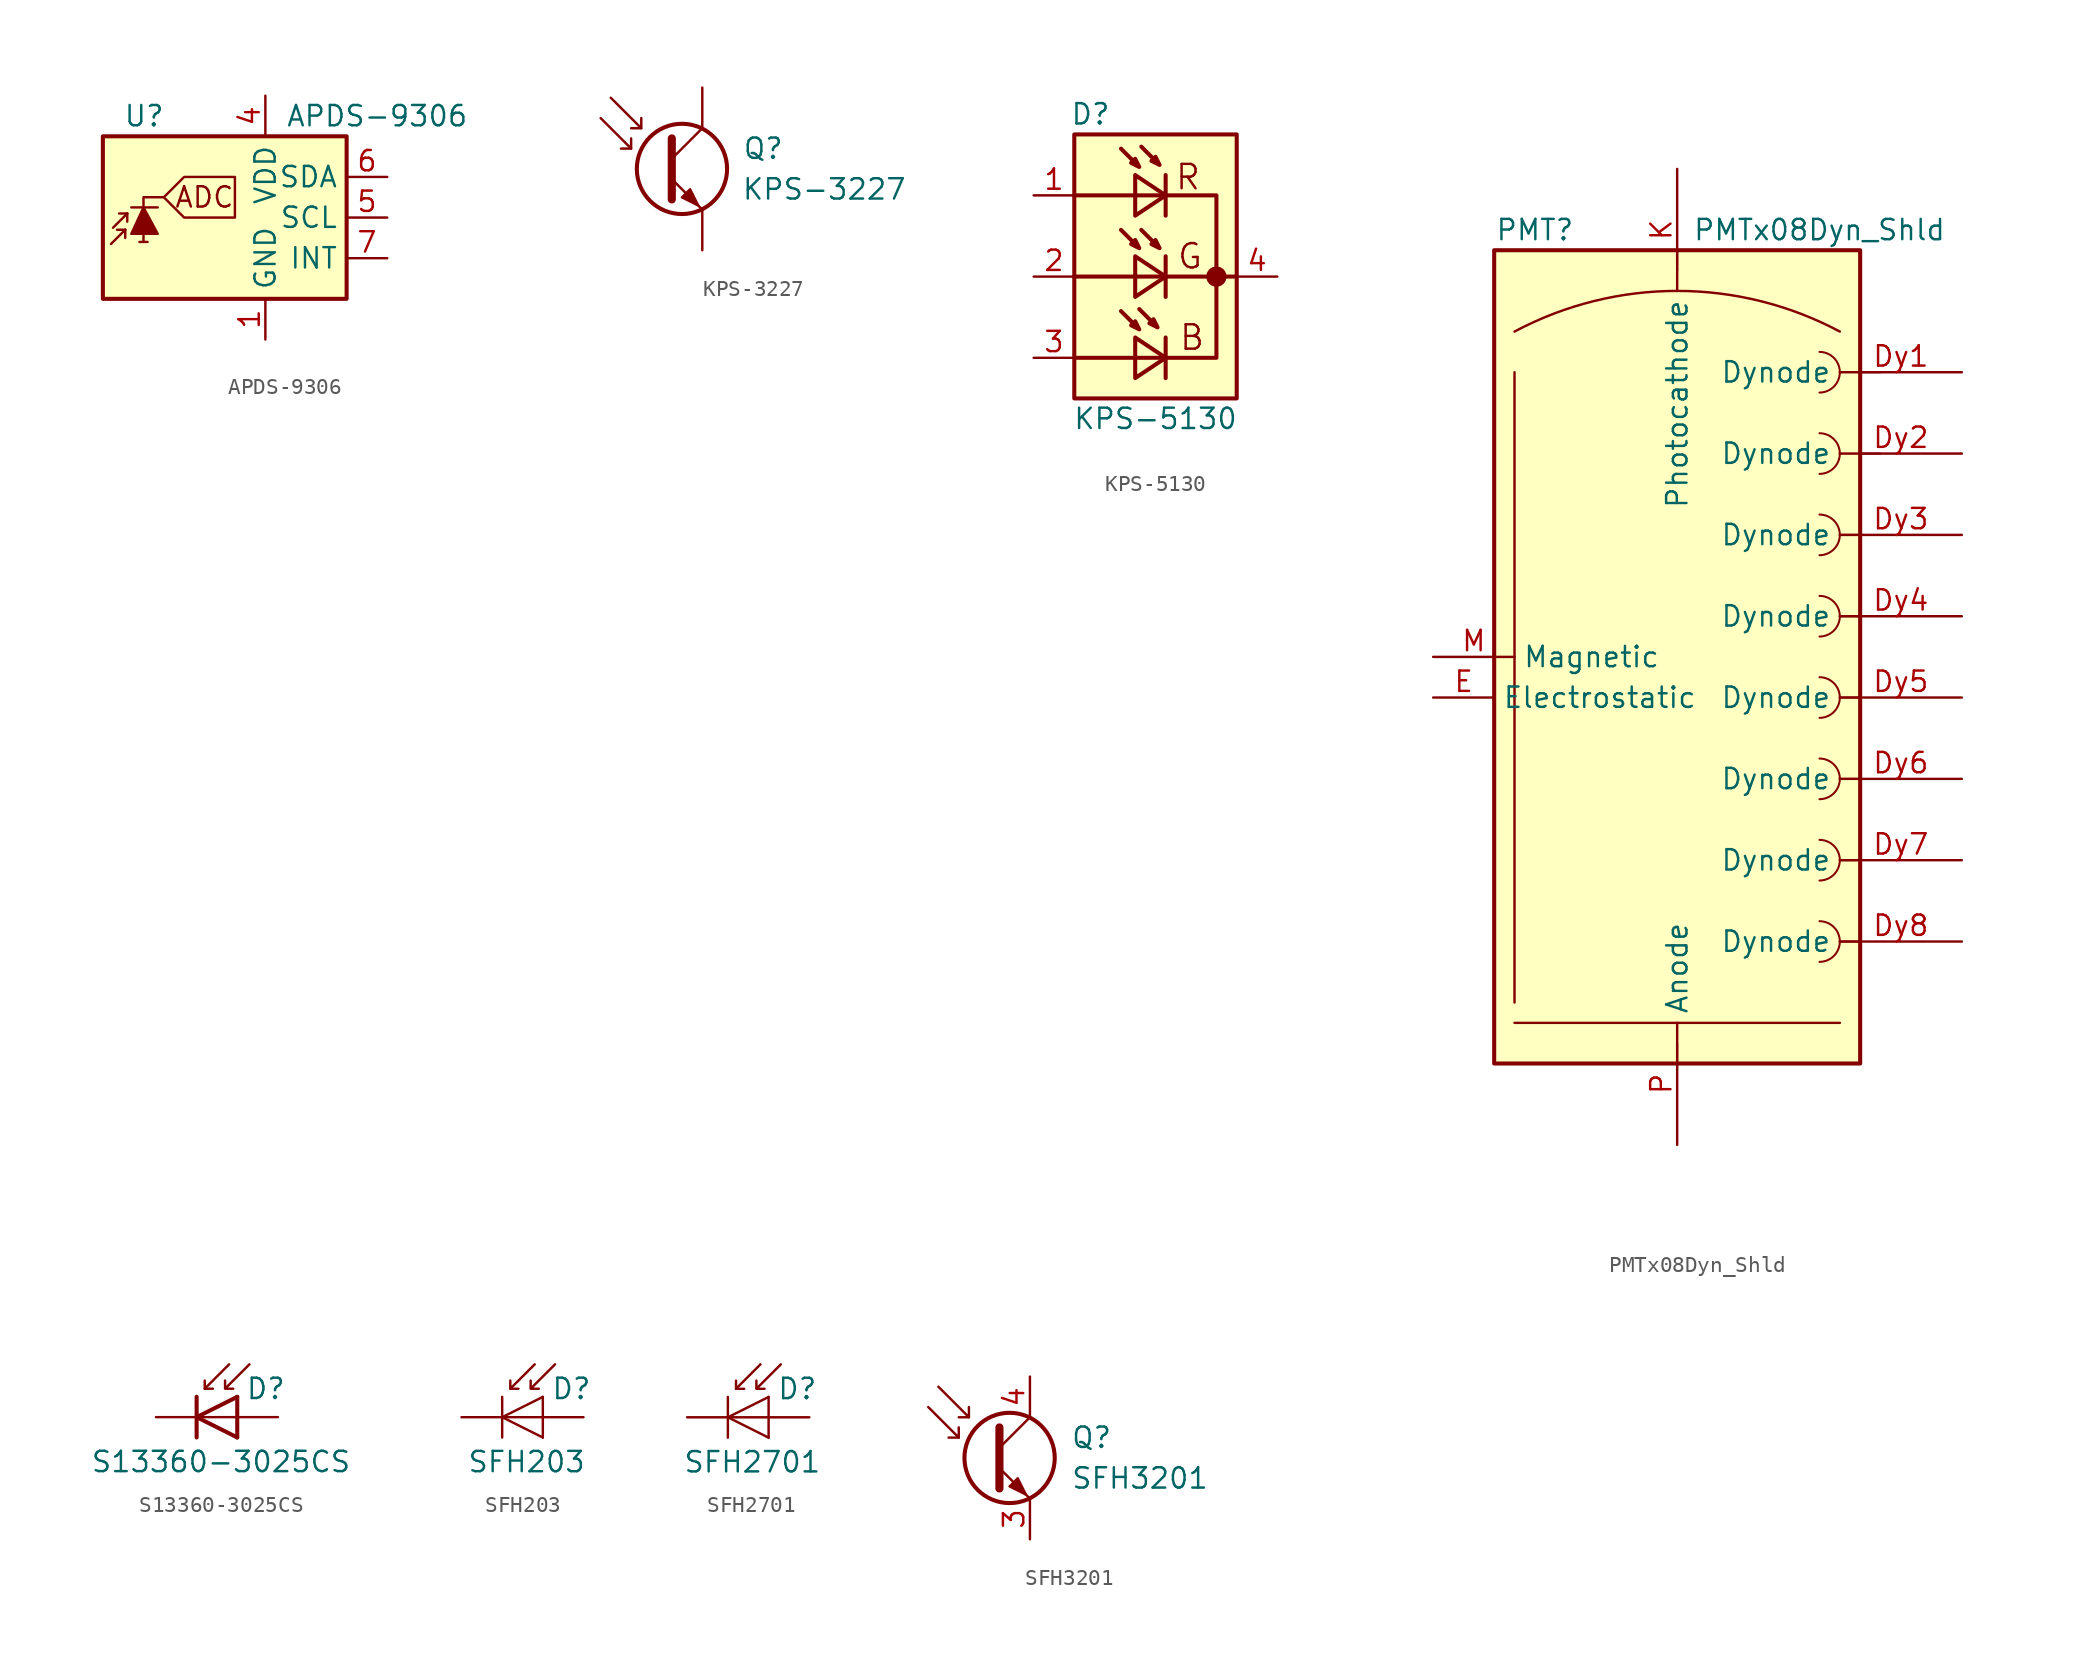
<source format=kicad_sym>
(kicad_symbol_lib
  (version 20201005)
  (generator kicad_symbol_editor)
  (symbol "APDS-9306"
    (property "Reference" "U"
      (at -6.35 6.35 0)
      (effects (font (size 1.27 1.27)) (justify left)))
    (property "Value" "APDS-9306"
      (at 3.81 6.35 0)
      (effects (font (size 1.27 1.27)) (justify left)))
    (symbol "APDS-9306_0_0"
      (text "ADC" (at -1.27 1.27 0) (effects (font (size 1.27 1.27))))
      (polyline (pts (xy -3.81 1.27) (xy -2.54 2.54) (xy 0.635 2.54) (xy 0.635 0) (xy -2.54 0) (xy -3.81 1.27)) (stroke (width 0)) (fill (type none))))
    (symbol "APDS-9306_0_1"
      (rectangle (start -7.62 5.08) (end 7.62 -5.08) (stroke (width 0.254)) (fill (type background))))
    (symbol "APDS-9306_1_0"
      (polyline (pts (xy -5.08 -1.524) (xy -5.08 1.27) (xy -3.81 1.27)) (stroke (width 0)) (fill (type none))))
    (symbol "APDS-9306_1_1"
      (polyline (pts (xy -6.223 -0.762) (xy -7.112 -1.651)) (stroke (width 0)) (fill (type none)))
      (polyline (pts (xy -6.223 -0.762) (xy -6.731 -0.762)) (stroke (width 0)) (fill (type none)))
      (polyline (pts (xy -6.223 -0.762) (xy -6.223 -1.27)) (stroke (width 0)) (fill (type none)))
      (polyline (pts (xy -6.096 0.254) (xy -6.985 -0.635)) (stroke (width 0)) (fill (type none)))
      (polyline (pts (xy -6.096 0.254) (xy -6.604 0.254)) (stroke (width 0)) (fill (type none)))
      (polyline (pts (xy -6.096 0.254) (xy -6.096 -0.254)) (stroke (width 0)) (fill (type none)))
      (polyline (pts (xy -5.842 0.635) (xy -4.191 0.635)) (stroke (width 0)) (fill (type none)))
      (polyline (pts (xy -4.826 -1.524) (xy -5.334 -1.524)) (stroke (width 0)) (fill (type none)))
      (polyline (pts (xy -5.842 -1.016) (xy -4.191 -1.016) (xy -5.08 0.635) (xy -5.842 -1.016)) (stroke (width 0)) (fill (type outline)))
      (pin power_in line (at 2.54 -7.62 90) (length 2.54) (name "GND" (effects (font (size 1.27 1.27)))) (number "1" (effects (font (size 1.27 1.27)))))
      (pin no_connect line (at -7.62 -5.08 0) (length 2.54) hide (name "NC" (effects (font (size 1.27 1.27)))) (number "2" (effects (font (size 1.27 1.27)))))
      (pin no_connect line (at -7.62 5.08 0) (length 2.54) hide (name "NC" (effects (font (size 1.27 1.27)))) (number "3" (effects (font (size 1.27 1.27)))))
      (pin power_in line (at 2.54 7.62 270) (length 2.54) (name "VDD" (effects (font (size 1.27 1.27)))) (number "4" (effects (font (size 1.27 1.27)))))
      (pin input line (at 10.16 0 180) (length 2.54) (name "SCL" (effects (font (size 1.27 1.27)))) (number "5" (effects (font (size 1.27 1.27)))))
      (pin bidirectional line (at 10.16 2.54 180) (length 2.54) (name "SDA" (effects (font (size 1.27 1.27)))) (number "6" (effects (font (size 1.27 1.27)))))
      (pin open_collector line (at 10.16 -2.54 180) (length 2.54) (name "INT" (effects (font (size 1.27 1.27)))) (number "7" (effects (font (size 1.27 1.27)))))
      (pin no_connect line (at -7.62 2.54 0) (length 2.54) hide (name "NC" (effects (font (size 1.27 1.27)))) (number "8" (effects (font (size 1.27 1.27)))))))
  (symbol "KPS-3227"
    (pin_numbers hide)
    (property "Reference" "Q"
      (at 3.81 1.27 0)
      (effects (font (size 1.27 1.27))))
    (property "Value" "KPS-3227"
      (at 7.62 -1.27 0)
      (effects (font (size 1.27 1.27))))
    (symbol "KPS-3227_1_1"
      (circle (center -1.27 0) (radius 2.819) (stroke (width 0.254)) (fill (type none)))
      (polyline (pts (xy -4.445 1.27) (xy -5.08 1.27)) (stroke (width 0)) (fill (type none)))
      (polyline (pts (xy -3.81 2.54) (xy -4.445 2.54)) (stroke (width 0)) (fill (type none)))
      (polyline (pts (xy -1.905 0.635) (xy 0 2.54)) (stroke (width 0)) (fill (type none)))
      (polyline (pts (xy -6.35 3.175) (xy -4.445 1.27) (xy -4.445 1.905)) (stroke (width 0)) (fill (type none)))
      (polyline (pts (xy -5.715 4.445) (xy -3.81 2.54) (xy -3.81 3.175)) (stroke (width 0)) (fill (type none)))
      (polyline (pts (xy -1.905 -0.635) (xy 0 -2.54) (xy 0 -2.54)) (stroke (width 0)) (fill (type none)))
      (polyline (pts (xy -1.905 1.905) (xy -1.905 -1.905) (xy -1.905 -1.905)) (stroke (width 0.508)) (fill (type none)))
      (polyline (pts (xy -1.27 -1.778) (xy -0.762 -1.27) (xy -0.254 -2.286) (xy -1.27 -1.778) (xy -1.27 -1.778)) (stroke (width 0)) (fill (type outline)))
      (pin passive line (at 0 5.08 270) (length 2.54) hide (name "~" (effects (font (size 1.27 1.27)))) (number "1" (effects (font (size 1.27 1.27)))))
      (pin passive line (at 0 -5.08 90) (length 2.54) hide (name "~" (effects (font (size 1.27 1.27)))) (number "2" (effects (font (size 1.27 1.27)))))
      (pin passive line (at 0 5.08 270) (length 2.54) (name "~" (effects (font (size 1.27 1.27)))) (number "3" (effects (font (size 1.27 1.27)))))
      (pin passive line (at 0 -5.08 90) (length 2.54) (name "~" (effects (font (size 1.27 1.27)))) (number "4" (effects (font (size 1.27 1.27)))))))
  (symbol "KPS-5130"
    (pin_names hide)
    (property "Reference" "D"
      (at -4.064 10.16 0)
      (effects (font (size 1.27 1.27))))
    (property "Value" "KPS-5130"
      (at 0 -8.89 0)
      (effects (font (size 1.27 1.27))))
    (symbol "KPS-5130_0_0"
      (text "B" (at 2.286 -3.81 0) (effects (font (size 1.524 1.524))))
      (text "G" (at 2.159 1.27 0) (effects (font (size 1.524 1.524))))
      (text "R" (at 2.032 6.223 0) (effects (font (size 1.524 1.524)))))
    (symbol "KPS-5130_0_1"
      (circle (center 3.81 0) (radius 0.508) (stroke (width 0.254)) (fill (type outline)))
      (polyline (pts (xy 5.08 0) (xy -5.08 0)) (stroke (width 0.254)) (fill (type none)))
      (polyline (pts (xy -5.08 5.08) (xy 3.81 5.08) (xy 3.81 -5.08) (xy -5.08 -5.08)) (stroke (width 0.254)) (fill (type none)))
      (polyline (pts (xy -2.159 -2.159) (xy -1.016 -3.302) (xy -1.27 -2.794) (xy -1.524 -3.048) (xy -1.016 -3.302)) (stroke (width 0.254)) (fill (type none)))
      (polyline (pts (xy -2.159 2.921) (xy -1.016 1.778) (xy -1.27 2.286) (xy -1.524 2.032) (xy -1.016 1.778)) (stroke (width 0.254)) (fill (type none)))
      (polyline (pts (xy -2.159 8.001) (xy -1.016 6.858) (xy -1.27 7.366) (xy -1.524 7.112) (xy -1.016 6.858)) (stroke (width 0.254)) (fill (type none)))
      (polyline (pts (xy -1.016 -2.032) (xy 0.127 -3.175) (xy -0.127 -2.667) (xy -0.381 -2.921) (xy 0.127 -3.175)) (stroke (width 0.254)) (fill (type none)))
      (polyline (pts (xy -0.889 2.921) (xy 0.254 1.778) (xy 0 2.286) (xy -0.254 2.032) (xy 0.254 1.778)) (stroke (width 0.254)) (fill (type none)))
      (polyline (pts (xy -0.889 8.128) (xy 0.254 6.985) (xy 0 7.493) (xy -0.254 7.239) (xy 0.254 6.985)) (stroke (width 0.254)) (fill (type none)))
      (polyline (pts (xy 0.635 -3.81) (xy 0.635 -6.35) (xy 0.635 -5.08) (xy -1.27 -3.81) (xy -1.27 -6.35) (xy 0.635 -5.08)) (stroke (width 0.254)) (fill (type none)))
      (polyline (pts (xy 0.635 1.27) (xy 0.635 -1.27) (xy 0.635 0) (xy -1.27 1.27) (xy -1.27 -1.27) (xy 0.635 0)) (stroke (width 0.254)) (fill (type none)))
      (polyline (pts (xy 0.635 6.35) (xy 0.635 3.81) (xy 0.635 5.08) (xy -1.27 6.35) (xy -1.27 3.81) (xy 0.635 5.08)) (stroke (width 0.254)) (fill (type none))))
    (symbol "KPS-5130_1_1"
      (rectangle (start 5.08 8.89) (end -5.08 -7.62) (stroke (width 0.254)) (fill (type background)))
      (pin passive line (at -7.62 5.08 0) (length 2.54) (name "AR" (effects (font (size 1.27 1.27)))) (number "1" (effects (font (size 1.27 1.27)))))
      (pin passive line (at -7.62 0 0) (length 2.54) (name "AG" (effects (font (size 1.27 1.27)))) (number "2" (effects (font (size 1.27 1.27)))))
      (pin passive line (at -7.62 -5.08 0) (length 2.54) (name "AB" (effects (font (size 1.27 1.27)))) (number "3" (effects (font (size 1.27 1.27)))))
      (pin passive line (at 7.62 0 180) (length 2.54) (name "C" (effects (font (size 1.27 1.27)))) (number "4" (effects (font (size 1.27 1.27)))))))
  (symbol "PMTx08Dyn_Shld"
    (property "Reference" "PMT"
      (at -8.89 26.67 0)
      (effects (font (size 1.27 1.27))))
    (property "Value" "PMTx08Dyn_Shld"
      (at 8.89 26.67 0)
      (effects (font (size 1.27 1.27))))
    (symbol "PMTx08Dyn_Shld_0_1"
      (arc (start -10.16 20.32) (end 10.16 20.32) (radius (at 0 1.27) (length 21.59) (angles 118.1 61.9)) (stroke (width 0)) (fill (type none)))
      (arc (start 8.89 -19.05) (end 8.89 -16.51) (radius (at 8.89 -17.78) (length 1.27) (angles -89.9 89.9)) (stroke (width 0.127)) (fill (type none)))
      (arc (start 8.89 -13.97) (end 8.89 -11.43) (radius (at 8.89 -12.7) (length 1.27) (angles -89.9 89.9)) (stroke (width 0.127)) (fill (type none)))
      (arc (start 8.89 -8.89) (end 8.89 -6.35) (radius (at 8.89 -7.62) (length 1.27) (angles -89.9 89.9)) (stroke (width 0.127)) (fill (type none)))
      (arc (start 8.89 -3.81) (end 8.89 -1.27) (radius (at 8.89 -2.54) (length 1.27) (angles -89.9 89.9)) (stroke (width 0.127)) (fill (type none)))
      (arc (start 8.89 1.27) (end 8.89 3.81) (radius (at 8.89 2.54) (length 1.27) (angles -89.9 89.9)) (stroke (width 0.127)) (fill (type none)))
      (arc (start 8.89 6.35) (end 8.89 8.89) (radius (at 8.89 7.62) (length 1.27) (angles -89.9 89.9)) (stroke (width 0.127)) (fill (type none)))
      (arc (start 8.89 11.43) (end 8.89 13.97) (radius (at 8.89 12.7) (length 1.27) (angles -89.9 89.9)) (stroke (width 0.127)) (fill (type none)))
      (arc (start 8.89 16.51) (end 8.89 19.05) (radius (at 8.89 17.78) (length 1.27) (angles -89.9 89.9)) (stroke (width 0.127)) (fill (type none)))
      (rectangle (start 11.43 -25.4) (end -11.43 25.4) (stroke (width 0.254)) (fill (type background)))
      (polyline (pts (xy -10.16 17.78) (xy -10.16 -21.59)) (stroke (width 0)) (fill (type none)))
      (polyline (pts (xy 0 -25.4) (xy 0 -24.13)) (stroke (width 0.127)) (fill (type none)))
      (polyline (pts (xy 0 25.4) (xy 0 24.13)) (stroke (width 0.127)) (fill (type none)))
      (polyline (pts (xy 10.16 -22.86) (xy -10.16 -22.86)) (stroke (width 0)) (fill (type none)))
      (polyline (pts (xy 11.43 -17.78) (xy 10.16 -17.78)) (stroke (width 0.127)) (fill (type none)))
      (polyline (pts (xy 11.43 -12.7) (xy 10.16 -12.7)) (stroke (width 0.127)) (fill (type none)))
      (polyline (pts (xy 11.43 -7.62) (xy 10.16 -7.62)) (stroke (width 0.127)) (fill (type none)))
      (polyline (pts (xy 11.43 -2.54) (xy 10.16 -2.54)) (stroke (width 0.127)) (fill (type none)))
      (polyline (pts (xy 11.43 2.54) (xy 10.16 2.54)) (stroke (width 0.127)) (fill (type none)))
      (polyline (pts (xy 11.43 7.62) (xy 10.16 7.62)) (stroke (width 0.127)) (fill (type none)))
      (polyline (pts (xy 12.7 12.7) (xy 11.43 12.7)) (stroke (width 0.127)) (fill (type none)))
      (polyline (pts (xy 12.7 17.78) (xy 11.43 17.78)) (stroke (width 0.127)) (fill (type none))))
    (symbol "PMTx08Dyn_Shld_1_1"
      (pin passive line (at 17.78 17.78 180) (length 7.62) (name "Dynode" (effects (font (size 1.27 1.27)))) (number "Dy1" (effects (font (size 1.27 1.27)))))
      (pin passive line (at 17.78 12.7 180) (length 7.62) (name "Dynode" (effects (font (size 1.27 1.27)))) (number "Dy2" (effects (font (size 1.27 1.27)))))
      (pin passive line (at 17.78 7.62 180) (length 7.62) (name "Dynode" (effects (font (size 1.27 1.27)))) (number "Dy3" (effects (font (size 1.27 1.27)))))
      (pin passive line (at 17.78 2.54 180) (length 7.62) (name "Dynode" (effects (font (size 1.27 1.27)))) (number "Dy4" (effects (font (size 1.27 1.27)))))
      (pin passive line (at 17.78 -2.54 180) (length 7.62) (name "Dynode" (effects (font (size 1.27 1.27)))) (number "Dy5" (effects (font (size 1.27 1.27)))))
      (pin passive line (at 17.78 -7.62 180) (length 7.62) (name "Dynode" (effects (font (size 1.27 1.27)))) (number "Dy6" (effects (font (size 1.27 1.27)))))
      (pin passive line (at 17.78 -12.7 180) (length 7.62) (name "Dynode" (effects (font (size 1.27 1.27)))) (number "Dy7" (effects (font (size 1.27 1.27)))))
      (pin passive line (at 17.78 -17.78 180) (length 7.62) (name "Dynode" (effects (font (size 1.27 1.27)))) (number "Dy8" (effects (font (size 1.27 1.27)))))
      (pin passive line (at -15.24 -2.54 0) (length 3.81) (name "Electrostatic" (effects (font (size 1.27 1.27)))) (number "E" (effects (font (size 1.27 1.27)))))
      (pin passive line (at 0 30.48 270) (length 7.62) (name "Photocathode" (effects (font (size 1.27 1.27)))) (number "K" (effects (font (size 1.27 1.27)))))
      (pin passive line (at -15.24 0 0) (length 5.08) (name "Magnetic" (effects (font (size 1.27 1.27)))) (number "M" (effects (font (size 1.27 1.27)))))
      (pin passive line (at 0 -30.48 90) (length 7.62) (name "Anode" (effects (font (size 1.27 1.27)))) (number "P" (effects (font (size 1.27 1.27)))))))
  (symbol "S13360-3025CS"
    (pin_numbers hide)
    (pin_names hide)
    (property "Reference" "D"
      (at 1.778 1.778 0)
      (effects (font (size 1.27 1.27)) (justify left)))
    (property "Value" "S13360-3025CS"
      (at 0.254 -2.794 0)
      (effects (font (size 1.27 1.27))))
    (symbol "S13360-3025CS_0_1"
      (polyline (pts (xy -1.27 0) (xy 1.27 0)) (stroke (width 0)) (fill (type none)))
      (polyline (pts (xy -1.27 1.27) (xy -1.27 -1.27)) (stroke (width 0.254)) (fill (type none)))
      (polyline (pts (xy -0.762 1.778) (xy -0.254 1.778)) (stroke (width 0)) (fill (type none)))
      (polyline (pts (xy 1.27 1.27) (xy 1.27 -1.27)) (stroke (width 0.254)) (fill (type none)))
      (polyline (pts (xy 0.762 3.302) (xy -0.762 1.778) (xy -0.762 2.286)) (stroke (width 0)) (fill (type none)))
      (polyline (pts (xy 1.27 1.27) (xy -1.27 0) (xy 1.27 -1.27)) (stroke (width 0.254)) (fill (type none)))
      (polyline (pts (xy 2.032 3.302) (xy 0.508 1.778) (xy 0.508 2.286) (xy 0.508 1.778) (xy 1.016 1.778)) (stroke (width 0)) (fill (type none))))
    (symbol "S13360-3025CS_1_1"
      (pin passive line (at 3.81 0 180) (length 2.54) (name "A" (effects (font (size 1.27 1.27)))) (number "1" (effects (font (size 1.27 1.27)))))
      (pin passive line (at -3.81 0 0) (length 2.54) (name "K" (effects (font (size 1.27 1.27)))) (number "2" (effects (font (size 1.27 1.27)))))))
  (symbol "SFH203"
    (pin_numbers hide)
    (pin_names hide)
    (property "Reference" "D"
      (at 0.508 1.778 0)
      (effects (font (size 1.27 1.27)) (justify left)))
    (property "Value" "SFH203"
      (at -1.016 -2.794 0)
      (effects (font (size 1.27 1.27))))
    (symbol "SFH203_0_1"
      (polyline (pts (xy -2.54 0) (xy 0 0)) (stroke (width 0)) (fill (type none)))
      (polyline (pts (xy -2.54 1.27) (xy -2.54 -1.27)) (stroke (width 0.152)) (fill (type none)))
      (polyline (pts (xy -2.032 1.778) (xy -1.524 1.778)) (stroke (width 0)) (fill (type none)))
      (polyline (pts (xy 0 -1.27) (xy 0 1.27)) (stroke (width 0)) (fill (type none)))
      (polyline (pts (xy -0.508 3.302) (xy -2.032 1.778) (xy -2.032 2.286)) (stroke (width 0)) (fill (type none)))
      (polyline (pts (xy 0 1.27) (xy -2.54 0) (xy 0 -1.27)) (stroke (width 0)) (fill (type none)))
      (polyline (pts (xy 0.762 3.302) (xy -0.762 1.778) (xy -0.762 2.286) (xy -0.762 1.778) (xy -0.254 1.778)) (stroke (width 0)) (fill (type none))))
    (symbol "SFH203_1_1"
      (pin passive line (at -5.08 0 0) (length 2.54) (name "K" (effects (font (size 1.27 1.27)))) (number "1" (effects (font (size 1.27 1.27)))))
      (pin passive line (at 2.54 0 180) (length 2.54) (name "A" (effects (font (size 1.27 1.27)))) (number "2" (effects (font (size 1.27 1.27)))))))
  (symbol "SFH2701"
    (pin_numbers hide)
    (pin_names
      (offset 1.016) hide)
    (property "Reference" "D"
      (at 0.508 1.778 0)
      (effects (font (size 1.27 1.27)) (justify left)))
    (property "Value" "SFH2701"
      (at -1.016 -2.794 0)
      (effects (font (size 1.27 1.27))))
    (symbol "SFH2701_0_1"
      (polyline (pts (xy -2.54 1.27) (xy -2.54 -1.27)) (stroke (width 0.152)) (fill (type none)))
      (polyline (pts (xy -2.032 1.778) (xy -1.524 1.778)) (stroke (width 0)) (fill (type none)))
      (polyline (pts (xy 0 0) (xy -2.54 0)) (stroke (width 0)) (fill (type none)))
      (polyline (pts (xy 0 1.27) (xy 0 -1.27)) (stroke (width 0)) (fill (type none)))
      (polyline (pts (xy -0.508 3.302) (xy -2.032 1.778) (xy -2.032 2.286)) (stroke (width 0)) (fill (type none)))
      (polyline (pts (xy 0 1.27) (xy -2.54 0) (xy 0 -1.27)) (stroke (width 0)) (fill (type none)))
      (polyline (pts (xy 0.762 3.302) (xy -0.762 1.778) (xy -0.762 2.286) (xy -0.762 1.778) (xy -0.254 1.778)) (stroke (width 0)) (fill (type none))))
    (symbol "SFH2701_1_1"
      (pin passive line (at -5.08 0 0) (length 2.54) (name "K" (effects (font (size 1.27 1.27)))) (number "1" (effects (font (size 1.27 1.27)))))
      (pin passive line (at 2.54 0 180) (length 2.54) (name "A" (effects (font (size 1.27 1.27)))) (number "2" (effects (font (size 1.27 1.27)))))))
  (symbol "SFH3201"
    (pin_names hide)
    (property "Reference" "Q"
      (at 2.54 1.27 0)
      (effects (font (size 1.27 1.27)) (justify left)))
    (property "Value" "SFH3201"
      (at 2.54 -1.27 0)
      (effects (font (size 1.27 1.27)) (justify left)))
    (symbol "SFH3201_0_1"
      (circle (center -1.27 0) (radius 2.819) (stroke (width 0.254)) (fill (type none)))
      (polyline (pts (xy -4.445 1.27) (xy -5.08 1.27)) (stroke (width 0)) (fill (type none)))
      (polyline (pts (xy -3.81 2.54) (xy -4.445 2.54)) (stroke (width 0)) (fill (type none)))
      (polyline (pts (xy -1.905 0.635) (xy 0 2.54)) (stroke (width 0)) (fill (type none)))
      (polyline (pts (xy -6.35 3.175) (xy -4.445 1.27) (xy -4.445 1.905)) (stroke (width 0)) (fill (type none)))
      (polyline (pts (xy -5.715 4.445) (xy -3.81 2.54) (xy -3.81 3.175)) (stroke (width 0)) (fill (type none)))
      (polyline (pts (xy -1.905 -0.635) (xy 0 -2.54) (xy 0 -2.54)) (stroke (width 0)) (fill (type none)))
      (polyline (pts (xy -1.905 1.905) (xy -1.905 -1.905) (xy -1.905 -1.905)) (stroke (width 0.508)) (fill (type none)))
      (polyline (pts (xy -1.27 -1.778) (xy -0.762 -1.27) (xy -0.254 -2.286) (xy -1.27 -1.778) (xy -1.27 -1.778)) (stroke (width 0)) (fill (type outline))))
    (symbol "SFH3201_1_1"
      (pin passive line (at 0 -5.08 90) (length 2.54) (name "E" (effects (font (size 1.27 1.27)))) (number "3" (effects (font (size 1.27 1.27)))))
      (pin passive line (at 0 5.08 270) (length 2.54) (name "C" (effects (font (size 1.27 1.27)))) (number "4" (effects (font (size 1.27 1.27))))))))
</source>
